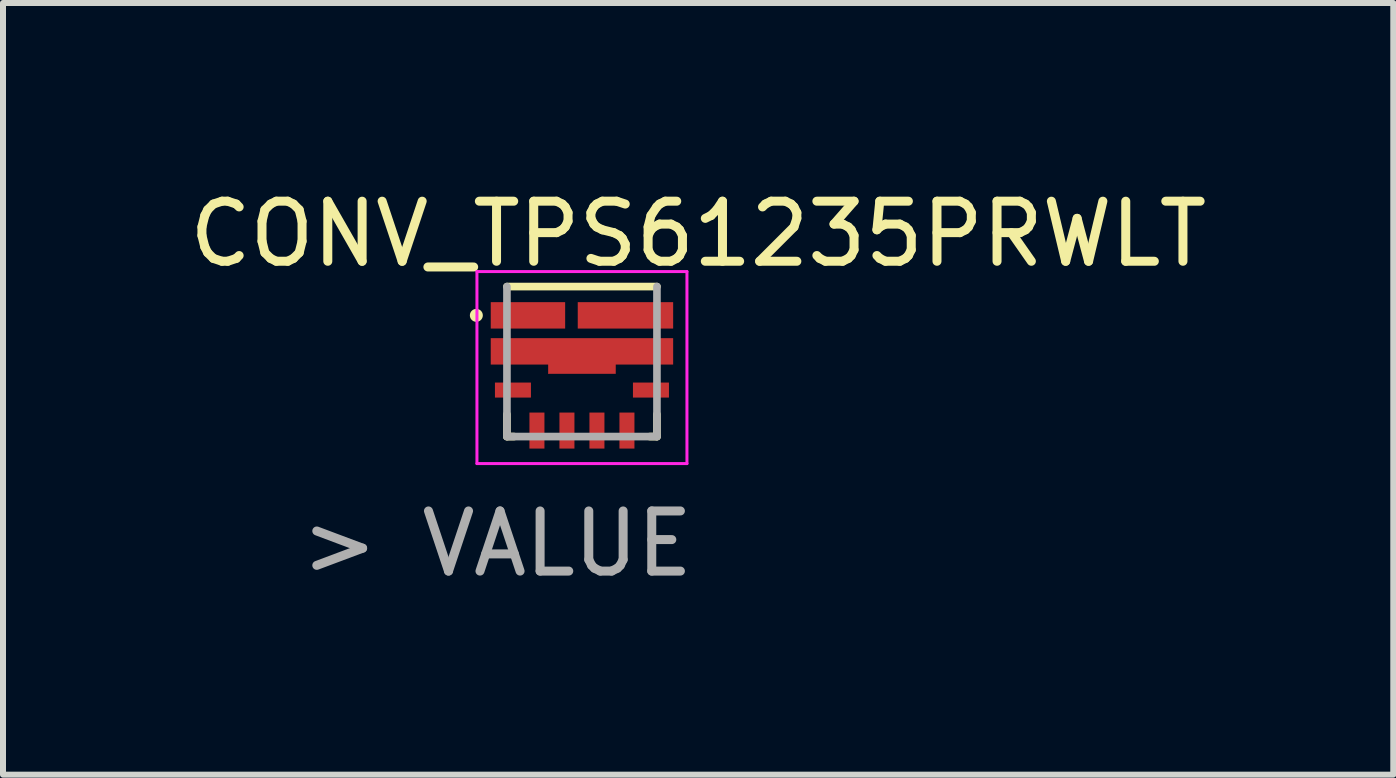
<source format=kicad_pcb>
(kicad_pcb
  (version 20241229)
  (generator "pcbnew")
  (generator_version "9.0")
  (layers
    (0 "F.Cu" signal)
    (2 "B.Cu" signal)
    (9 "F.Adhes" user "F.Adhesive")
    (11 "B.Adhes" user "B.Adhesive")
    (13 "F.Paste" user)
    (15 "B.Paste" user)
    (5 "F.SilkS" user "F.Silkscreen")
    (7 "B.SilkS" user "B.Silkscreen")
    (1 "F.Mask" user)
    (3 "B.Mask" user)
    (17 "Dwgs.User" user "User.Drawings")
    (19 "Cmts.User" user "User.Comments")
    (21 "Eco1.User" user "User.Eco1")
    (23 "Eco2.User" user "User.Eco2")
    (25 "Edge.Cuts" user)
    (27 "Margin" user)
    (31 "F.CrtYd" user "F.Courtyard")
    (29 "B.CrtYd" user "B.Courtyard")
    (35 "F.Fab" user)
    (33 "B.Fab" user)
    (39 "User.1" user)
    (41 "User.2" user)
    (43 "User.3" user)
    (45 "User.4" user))
  (footprint "CONV_TPS61235PRWLT"
    (layer "F.Cu")
    (at 6.649 2.976)
    (property "Reference" "CONV_TPS61235PRWLT" (at 1.937 -2.127 0) (layer "F.SilkS") (effects (font (size 1.001 1.001) (thickness 0.15))))
    (attr smd)
    (fp_poly (pts (xy -0.559 0.04) (xy 0.557 0.04) (xy 0.557 0.2) (xy -0.559 0.2)) (stroke (width 0.01) (type solid)) (fill yes) (layer "F.Cu"))
    (fp_poly (pts (xy -1.525 0.28) (xy -0.78 0.28) (xy -0.78 0.672) (xy -1.525 0.672)) (stroke (width 0.01) (type solid)) (fill yes) (layer "F.Mask"))
    (fp_poly (pts (xy -1.454 -0.32) (xy 1.45 -0.32) (xy 1.45 -0.02) (xy -1.454 -0.02)) (stroke (width 0.01) (type solid)) (fill yes) (layer "F.Mask"))
    (fp_poly (pts (xy -1.452 -0.92) (xy -0.35 -0.92) (xy -0.35 -0.621) (xy -1.452 -0.621)) (stroke (width 0.01) (type solid)) (fill yes) (layer "F.Mask"))
    (fp_poly (pts (xy -0.948 0.78) (xy -0.555 0.78) (xy -0.555 1.525) (xy -0.948 1.525)) (stroke (width 0.01) (type solid)) (fill yes) (layer "F.Mask"))
    (fp_poly (pts (xy -0.488 -0.02) (xy 0.487 -0.02) (xy 0.487 0.13) (xy -0.488 0.13)) (stroke (width 0.01) (type solid)) (fill yes) (layer "F.Mask"))
    (fp_poly (pts (xy -0.446 0.78) (xy -0.055 0.78) (xy -0.055 1.524) (xy -0.446 1.524)) (stroke (width 0.01) (type solid)) (fill yes) (layer "F.Mask"))
    (fp_poly (pts (xy 0 -0.92) (xy 1.45 -0.92) (xy 1.45 -0.621) (xy 0 -0.621)) (stroke (width 0.01) (type solid)) (fill yes) (layer "F.Mask"))
    (fp_poly (pts (xy 0.055 0.78) (xy 0.445 0.78) (xy 0.445 1.525) (xy 0.055 1.525)) (stroke (width 0.01) (type solid)) (fill yes) (layer "F.Mask"))
    (fp_poly (pts (xy 0.556 0.78) (xy 0.945 0.78) (xy 0.945 1.524) (xy 0.556 1.524)) (stroke (width 0.01) (type solid)) (fill yes) (layer "F.Mask"))
    (fp_poly (pts (xy 0.782 0.28) (xy 1.52 0.28) (xy 1.52 0.672) (xy 0.782 0.672)) (stroke (width 0.01) (type solid)) (fill yes) (layer "F.Mask"))
    (fp_line (start -1.25 -1.25) (end 1.25 -1.25) (stroke (width 0.127) (type solid)) (layer "F.SilkS"))
    (fp_line (start -1.25 1.25) (end -1.25 0.88) (stroke (width 0.127) (type solid)) (layer "F.SilkS"))
    (fp_line (start -1.13 1.25) (end -1.25 1.25) (stroke (width 0.127) (type solid)) (layer "F.SilkS"))
    (fp_line (start 1.25 0.88) (end 1.25 1.25) (stroke (width 0.127) (type solid)) (layer "F.SilkS"))
    (fp_line (start 1.25 1.25) (end 1.13 1.25) (stroke (width 0.127) (type solid)) (layer "F.SilkS"))
    (fp_circle (center -1.76 -0.77) (end -1.652 -0.77) (stroke (width 0) (type solid)) (fill yes) (layer "F.SilkS"))
    (fp_poly (pts (xy -1.455 -0.92) (xy -0.5 -0.92) (xy -0.5 -0.622) (xy -1.455 -0.622)) (stroke (width 0.01) (type solid)) (fill yes) (layer "F.Paste"))
    (fp_poly (pts (xy -1.453 -0.32) (xy -0.71 -0.32) (xy -0.71 -0.02) (xy -1.453 -0.02)) (stroke (width 0.01) (type solid)) (fill yes) (layer "F.Paste"))
    (fp_poly (pts (xy -0.491 -0.32) (xy 0.49 -0.32) (xy 0.49 0.13) (xy -0.491 0.13)) (stroke (width 0.01) (type solid)) (fill yes) (layer "F.Paste"))
    (fp_poly (pts (xy 0 -0.92) (xy 0.65 -0.92) (xy 0.65 -0.621) (xy 0 -0.621)) (stroke (width 0.01) (type solid)) (fill yes) (layer "F.Paste"))
    (fp_poly (pts (xy 0.711 -0.32) (xy 1.45 -0.32) (xy 1.45 -0.02) (xy 0.711 -0.02)) (stroke (width 0.01) (type solid)) (fill yes) (layer "F.Paste"))
    (fp_poly (pts (xy 0.852 -0.92) (xy 1.45 -0.92) (xy 1.45 -0.622) (xy 0.852 -0.622)) (stroke (width 0.01) (type solid)) (fill yes) (layer "F.Paste"))
    (fp_line (start -1.75 -1.5) (end 1.75 -1.5) (stroke (width 0.05) (type solid)) (layer "F.CrtYd"))
    (fp_line (start -1.75 1.7) (end -1.75 -1.5) (stroke (width 0.05) (type solid)) (layer "F.CrtYd"))
    (fp_line (start 1.75 -1.5) (end 1.75 1.7) (stroke (width 0.05) (type solid)) (layer "F.CrtYd"))
    (fp_line (start 1.75 1.7) (end -1.75 1.7) (stroke (width 0.05) (type solid)) (layer "F.CrtYd"))
    (fp_line (start -1.25 1.25) (end -1.25 -1.25) (stroke (width 0.127) (type solid)) (layer "F.Fab"))
    (fp_line (start 1.25 -1.25) (end 1.25 1.25) (stroke (width 0.127) (type solid)) (layer "F.Fab"))
    (fp_line (start 1.25 1.25) (end -1.25 1.25) (stroke (width 0.127) (type solid)) (layer "F.Fab"))
    (fp_text user "> VALUE" (at -1.413 3.036 0) (layer "F.Fab") (effects (font (size 1.002 1.002) (thickness 0.15))))
    (pad "1" smd rect (at -0.9 -0.77) (size 1.24 0.44) (layers "F.Cu"))
    (pad "2" smd rect (at 0 -0.17) (size 3.04 0.44) (layers "F.Cu"))
    (pad "3" smd rect (at -1.15 0.475) (size 0.6 0.25) (layers "F.Cu" "F.Paste"))
    (pad "4" smd rect (at -0.75 1.15 90) (size 0.6 0.25) (layers "F.Cu" "F.Paste"))
    (pad "5" smd rect (at -0.25 1.15 90) (size 0.6 0.25) (layers "F.Cu" "F.Paste"))
    (pad "6" smd rect (at 0.25 1.15 90) (size 0.6 0.25) (layers "F.Cu" "F.Paste"))
    (pad "7" smd rect (at 0.75 1.15 90) (size 0.6 0.25) (layers "F.Cu" "F.Paste"))
    (pad "8" smd rect (at 1.15 0.475 180) (size 0.6 0.25) (layers "F.Cu" "F.Paste"))
    (pad "9" smd rect (at 0.725 -0.77) (size 1.59 0.44) (layers "F.Cu")))
  (gr_rect
    (start -3 -3)
    (end 20.171 9.861)
    (stroke (width 0.1) (type default))
    (fill no)
    (layer "Edge.Cuts")))
</source>
